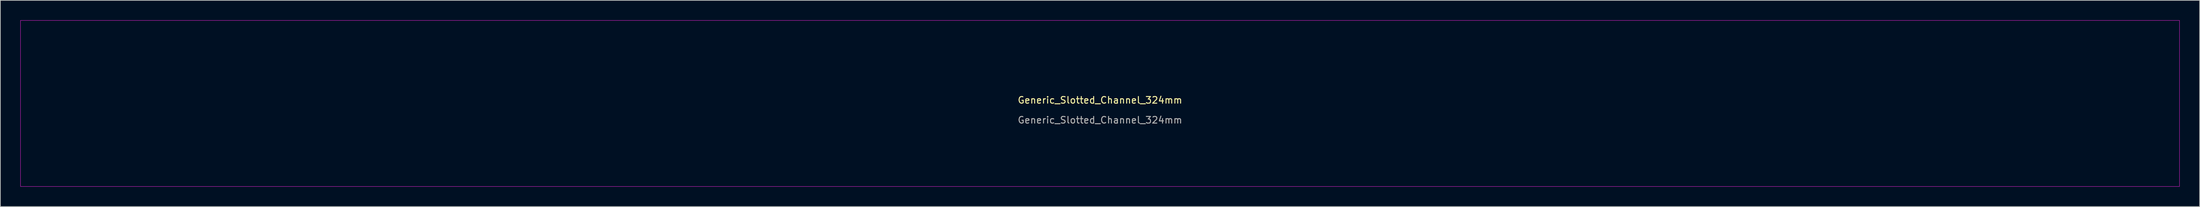
<source format=kicad_pcb>
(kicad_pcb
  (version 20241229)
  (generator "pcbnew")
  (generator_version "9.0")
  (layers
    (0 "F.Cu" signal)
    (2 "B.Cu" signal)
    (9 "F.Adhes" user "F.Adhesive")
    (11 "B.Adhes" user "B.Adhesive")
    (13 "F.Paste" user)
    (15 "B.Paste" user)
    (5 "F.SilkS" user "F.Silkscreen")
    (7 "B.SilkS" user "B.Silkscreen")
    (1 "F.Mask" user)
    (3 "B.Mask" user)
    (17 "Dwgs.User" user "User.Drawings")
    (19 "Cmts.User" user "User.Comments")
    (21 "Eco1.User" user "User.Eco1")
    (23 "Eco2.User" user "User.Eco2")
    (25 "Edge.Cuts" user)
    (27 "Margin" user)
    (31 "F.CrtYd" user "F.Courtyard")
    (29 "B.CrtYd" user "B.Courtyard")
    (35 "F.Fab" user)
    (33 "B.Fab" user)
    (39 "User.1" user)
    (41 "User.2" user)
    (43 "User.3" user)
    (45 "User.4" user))
  (footprint "Generic_Slotted_Channel_324mm"
    (layer "F.Cu")
    (at 162.025 12.525)
    (property "Reference" "Generic_Slotted_Channel_324mm" (at 0 -0.5 0) (unlocked yes) (layer "F.SilkS") (effects (font (size 1 1) (thickness 0.15))))
    (fp_rect (start -162 12.5) (end 162 -12.5) (stroke (width 0.05) (type solid)) (fill no) (layer "F.CrtYd"))
    (fp_line (start -162 -12.5) (end -162 -10.5) (stroke (width 0.05) (type solid)) (layer "User.1"))
    (fp_line (start -162 -12.5) (end -154 -12.5) (stroke (width 0.05) (type solid)) (layer "User.1"))
    (fp_line (start -162 -10.5) (end -162 10.5) (stroke (width 0.05) (type solid)) (layer "User.1"))
    (fp_line (start -162 -10.5) (end -154 -10.5) (stroke (width 0.05) (type solid)) (layer "User.1"))
    (fp_line (start -162 10.5) (end -162 12.5) (stroke (width 0.05) (type solid)) (layer "User.1"))
    (fp_line (start -162 10.5) (end -154 10.5) (stroke (width 0.05) (type solid)) (layer "User.1"))
    (fp_line (start -162 12.5) (end -154 12.5) (stroke (width 0.05) (type solid)) (layer "User.1"))
    (fp_line (start -154 -12.5) (end -154 -10.5) (stroke (width 0.05) (type solid)) (layer "User.1"))
    (fp_line (start -154 10.5) (end -154 12.5) (stroke (width 0.05) (type solid)) (layer "User.1"))
    (fp_line (start -153.5 -12.5) (end -154 -12.5) (stroke (width 0.05) (type solid)) (layer "User.1"))
    (fp_line (start -153.5 -10.5) (end -154 -10.5) (stroke (width 0.05) (type solid)) (layer "User.1"))
    (fp_line (start -153.5 10.5) (end -154 10.5) (stroke (width 0.05) (type solid)) (layer "User.1"))
    (fp_line (start -153.5 12.5) (end -154 12.5) (stroke (width 0.05) (type solid)) (layer "User.1"))
    (fp_line (start -153 -12.5) (end -153.5 -12.5) (stroke (width 0.05) (type solid)) (layer "User.1"))
    (fp_line (start -153 -10.5) (end -153.5 -10.5) (stroke (width 0.05) (type solid)) (layer "User.1"))
    (fp_line (start -153 10.5) (end -153.5 10.5) (stroke (width 0.05) (type solid)) (layer "User.1"))
    (fp_line (start -153 12.5) (end -153.5 12.5) (stroke (width 0.05) (type solid)) (layer "User.1"))
    (fp_line (start -152.5 -12.5) (end -153 -12.5) (stroke (width 0.05) (type solid)) (layer "User.1"))
    (fp_line (start -152.5 -10.5) (end -153 -10.5) (stroke (width 0.05) (type solid)) (layer "User.1"))
    (fp_line (start -152.5 10.5) (end -153 10.5) (stroke (width 0.05) (type solid)) (layer "User.1"))
    (fp_line (start -152.5 12.5) (end -153 12.5) (stroke (width 0.05) (type solid)) (layer "User.1"))
    (fp_line (start -152 -12.5) (end -152.5 -12.5) (stroke (width 0.05) (type solid)) (layer "User.1"))
    (fp_line (start -152 -12.5) (end -152 -10.5) (stroke (width 0.05) (type solid)) (layer "User.1"))
    (fp_line (start -152 -12.5) (end -136 -12.5) (stroke (width 0.05) (type solid)) (layer "User.1"))
    (fp_line (start -152 -10.5) (end -152.5 -10.5) (stroke (width 0.05) (type solid)) (layer "User.1"))
    (fp_line (start -152 -10.5) (end -136 -10.5) (stroke (width 0.05) (type solid)) (layer "User.1"))
    (fp_line (start -152 10.5) (end -152.5 10.5) (stroke (width 0.05) (type solid)) (layer "User.1"))
    (fp_line (start -152 10.5) (end -152 12.5) (stroke (width 0.05) (type solid)) (layer "User.1"))
    (fp_line (start -152 10.5) (end -136 10.5) (stroke (width 0.05) (type solid)) (layer "User.1"))
    (fp_line (start -152 12.5) (end -152.5 12.5) (stroke (width 0.05) (type solid)) (layer "User.1"))
    (fp_line (start -152 12.5) (end -136 12.5) (stroke (width 0.05) (type solid)) (layer "User.1"))
    (fp_line (start -136 -12.5) (end -136 -10.5) (stroke (width 0.05) (type solid)) (layer "User.1"))
    (fp_line (start -136 10.5) (end -136 12.5) (stroke (width 0.05) (type solid)) (layer "User.1"))
    (fp_line (start -135.5 -12.5) (end -136 -12.5) (stroke (width 0.05) (type solid)) (layer "User.1"))
    (fp_line (start -135.5 -10.5) (end -136 -10.5) (stroke (width 0.05) (type solid)) (layer "User.1"))
    (fp_line (start -135.5 10.5) (end -136 10.5) (stroke (width 0.05) (type solid)) (layer "User.1"))
    (fp_line (start -135.5 12.5) (end -136 12.5) (stroke (width 0.05) (type solid)) (layer "User.1"))
    (fp_line (start -135 -12.5) (end -135.5 -12.5) (stroke (width 0.05) (type solid)) (layer "User.1"))
    (fp_line (start -135 -10.5) (end -135.5 -10.5) (stroke (width 0.05) (type solid)) (layer "User.1"))
    (fp_line (start -135 10.5) (end -135.5 10.5) (stroke (width 0.05) (type solid)) (layer "User.1"))
    (fp_line (start -135 12.5) (end -135.5 12.5) (stroke (width 0.05) (type solid)) (layer "User.1"))
    (fp_line (start -134.5 -12.5) (end -135 -12.5) (stroke (width 0.05) (type solid)) (layer "User.1"))
    (fp_line (start -134.5 -10.5) (end -135 -10.5) (stroke (width 0.05) (type solid)) (layer "User.1"))
    (fp_line (start -134.5 10.5) (end -135 10.5) (stroke (width 0.05) (type solid)) (layer "User.1"))
    (fp_line (start -134.5 12.5) (end -135 12.5) (stroke (width 0.05) (type solid)) (layer "User.1"))
    (fp_line (start -134 -12.5) (end -134.5 -12.5) (stroke (width 0.05) (type solid)) (layer "User.1"))
    (fp_line (start -134 -12.5) (end -134 -10.5) (stroke (width 0.05) (type solid)) (layer "User.1"))
    (fp_line (start -134 -12.5) (end -118 -12.5) (stroke (width 0.05) (type solid)) (layer "User.1"))
    (fp_line (start -134 -10.5) (end -134.5 -10.5) (stroke (width 0.05) (type solid)) (layer "User.1"))
    (fp_line (start -134 -10.5) (end -118 -10.5) (stroke (width 0.05) (type solid)) (layer "User.1"))
    (fp_line (start -134 10.5) (end -134.5 10.5) (stroke (width 0.05) (type solid)) (layer "User.1"))
    (fp_line (start -134 10.5) (end -134 12.5) (stroke (width 0.05) (type solid)) (layer "User.1"))
    (fp_line (start -134 10.5) (end -118 10.5) (stroke (width 0.05) (type solid)) (layer "User.1"))
    (fp_line (start -134 12.5) (end -134.5 12.5) (stroke (width 0.05) (type solid)) (layer "User.1"))
    (fp_line (start -134 12.5) (end -118 12.5) (stroke (width 0.05) (type solid)) (layer "User.1"))
    (fp_line (start -118 -12.5) (end -118 -10.5) (stroke (width 0.05) (type solid)) (layer "User.1"))
    (fp_line (start -118 10.5) (end -118 12.5) (stroke (width 0.05) (type solid)) (layer "User.1"))
    (fp_line (start -117.5 -12.5) (end -118 -12.5) (stroke (width 0.05) (type solid)) (layer "User.1"))
    (fp_line (start -117.5 -10.5) (end -118 -10.5) (stroke (width 0.05) (type solid)) (layer "User.1"))
    (fp_line (start -117.5 10.5) (end -118 10.5) (stroke (width 0.05) (type solid)) (layer "User.1"))
    (fp_line (start -117.5 12.5) (end -118 12.5) (stroke (width 0.05) (type solid)) (layer "User.1"))
    (fp_line (start -117 -12.5) (end -117.5 -12.5) (stroke (width 0.05) (type solid)) (layer "User.1"))
    (fp_line (start -117 -10.5) (end -117.5 -10.5) (stroke (width 0.05) (type solid)) (layer "User.1"))
    (fp_line (start -117 10.5) (end -117.5 10.5) (stroke (width 0.05) (type solid)) (layer "User.1"))
    (fp_line (start -117 12.5) (end -117.5 12.5) (stroke (width 0.05) (type solid)) (layer "User.1"))
    (fp_line (start -116.5 -12.5) (end -117 -12.5) (stroke (width 0.05) (type solid)) (layer "User.1"))
    (fp_line (start -116.5 -10.5) (end -117 -10.5) (stroke (width 0.05) (type solid)) (layer "User.1"))
    (fp_line (start -116.5 10.5) (end -117 10.5) (stroke (width 0.05) (type solid)) (layer "User.1"))
    (fp_line (start -116.5 12.5) (end -117 12.5) (stroke (width 0.05) (type solid)) (layer "User.1"))
    (fp_line (start -116 -12.5) (end -116.5 -12.5) (stroke (width 0.05) (type solid)) (layer "User.1"))
    (fp_line (start -116 -12.5) (end -116 -10.5) (stroke (width 0.05) (type solid)) (layer "User.1"))
    (fp_line (start -116 -12.5) (end -100 -12.5) (stroke (width 0.05) (type solid)) (layer "User.1"))
    (fp_line (start -116 -10.5) (end -116.5 -10.5) (stroke (width 0.05) (type solid)) (layer "User.1"))
    (fp_line (start -116 -10.5) (end -100 -10.5) (stroke (width 0.05) (type solid)) (layer "User.1"))
    (fp_line (start -116 10.5) (end -116.5 10.5) (stroke (width 0.05) (type solid)) (layer "User.1"))
    (fp_line (start -116 10.5) (end -116 12.5) (stroke (width 0.05) (type solid)) (layer "User.1"))
    (fp_line (start -116 10.5) (end -100 10.5) (stroke (width 0.05) (type solid)) (layer "User.1"))
    (fp_line (start -116 12.5) (end -116.5 12.5) (stroke (width 0.05) (type solid)) (layer "User.1"))
    (fp_line (start -116 12.5) (end -100 12.5) (stroke (width 0.05) (type solid)) (layer "User.1"))
    (fp_line (start -100 -12.5) (end -100 -10.5) (stroke (width 0.05) (type solid)) (layer "User.1"))
    (fp_line (start -100 10.5) (end -100 12.5) (stroke (width 0.05) (type solid)) (layer "User.1"))
    (fp_line (start -99.5 -12.5) (end -100 -12.5) (stroke (width 0.05) (type solid)) (layer "User.1"))
    (fp_line (start -99.5 -10.5) (end -100 -10.5) (stroke (width 0.05) (type solid)) (layer "User.1"))
    (fp_line (start -99.5 10.5) (end -100 10.5) (stroke (width 0.05) (type solid)) (layer "User.1"))
    (fp_line (start -99.5 12.5) (end -100 12.5) (stroke (width 0.05) (type solid)) (layer "User.1"))
    (fp_line (start -99 -12.5) (end -99.5 -12.5) (stroke (width 0.05) (type solid)) (layer "User.1"))
    (fp_line (start -99 -10.5) (end -99.5 -10.5) (stroke (width 0.05) (type solid)) (layer "User.1"))
    (fp_line (start -99 10.5) (end -99.5 10.5) (stroke (width 0.05) (type solid)) (layer "User.1"))
    (fp_line (start -99 12.5) (end -99.5 12.5) (stroke (width 0.05) (type solid)) (layer "User.1"))
    (fp_line (start -98.5 -12.5) (end -99 -12.5) (stroke (width 0.05) (type solid)) (layer "User.1"))
    (fp_line (start -98.5 -10.5) (end -99 -10.5) (stroke (width 0.05) (type solid)) (layer "User.1"))
    (fp_line (start -98.5 10.5) (end -99 10.5) (stroke (width 0.05) (type solid)) (layer "User.1"))
    (fp_line (start -98.5 12.5) (end -99 12.5) (stroke (width 0.05) (type solid)) (layer "User.1"))
    (fp_line (start -98 -12.5) (end -98.5 -12.5) (stroke (width 0.05) (type solid)) (layer "User.1"))
    (fp_line (start -98 -12.5) (end -98 -10.5) (stroke (width 0.05) (type solid)) (layer "User.1"))
    (fp_line (start -98 -12.5) (end -82 -12.5) (stroke (width 0.05) (type solid)) (layer "User.1"))
    (fp_line (start -98 -10.5) (end -98.5 -10.5) (stroke (width 0.05) (type solid)) (layer "User.1"))
    (fp_line (start -98 -10.5) (end -82 -10.5) (stroke (width 0.05) (type solid)) (layer "User.1"))
    (fp_line (start -98 10.5) (end -98.5 10.5) (stroke (width 0.05) (type solid)) (layer "User.1"))
    (fp_line (start -98 10.5) (end -98 12.5) (stroke (width 0.05) (type solid)) (layer "User.1"))
    (fp_line (start -98 10.5) (end -82 10.5) (stroke (width 0.05) (type solid)) (layer "User.1"))
    (fp_line (start -98 12.5) (end -98.5 12.5) (stroke (width 0.05) (type solid)) (layer "User.1"))
    (fp_line (start -98 12.5) (end -82 12.5) (stroke (width 0.05) (type solid)) (layer "User.1"))
    (fp_line (start -82 -12.5) (end -82 -10.5) (stroke (width 0.05) (type solid)) (layer "User.1"))
    (fp_line (start -82 10.5) (end -82 12.5) (stroke (width 0.05) (type solid)) (layer "User.1"))
    (fp_line (start -81.5 -12.5) (end -82 -12.5) (stroke (width 0.05) (type solid)) (layer "User.1"))
    (fp_line (start -81.5 -10.5) (end -82 -10.5) (stroke (width 0.05) (type solid)) (layer "User.1"))
    (fp_line (start -81.5 10.5) (end -82 10.5) (stroke (width 0.05) (type solid)) (layer "User.1"))
    (fp_line (start -81.5 12.5) (end -82 12.5) (stroke (width 0.05) (type solid)) (layer "User.1"))
    (fp_line (start -81 -12.5) (end -81.5 -12.5) (stroke (width 0.05) (type solid)) (layer "User.1"))
    (fp_line (start -81 -10.5) (end -81.5 -10.5) (stroke (width 0.05) (type solid)) (layer "User.1"))
    (fp_line (start -81 10.5) (end -81.5 10.5) (stroke (width 0.05) (type solid)) (layer "User.1"))
    (fp_line (start -81 12.5) (end -81.5 12.5) (stroke (width 0.05) (type solid)) (layer "User.1"))
    (fp_line (start -80.5 -12.5) (end -81 -12.5) (stroke (width 0.05) (type solid)) (layer "User.1"))
    (fp_line (start -80.5 -10.5) (end -81 -10.5) (stroke (width 0.05) (type solid)) (layer "User.1"))
    (fp_line (start -80.5 10.5) (end -81 10.5) (stroke (width 0.05) (type solid)) (layer "User.1"))
    (fp_line (start -80.5 12.5) (end -81 12.5) (stroke (width 0.05) (type solid)) (layer "User.1"))
    (fp_line (start -80 -12.5) (end -80.5 -12.5) (stroke (width 0.05) (type solid)) (layer "User.1"))
    (fp_line (start -80 -12.5) (end -80 -10.5) (stroke (width 0.05) (type solid)) (layer "User.1"))
    (fp_line (start -80 -12.5) (end -64 -12.5) (stroke (width 0.05) (type solid)) (layer "User.1"))
    (fp_line (start -80 -10.5) (end -80.5 -10.5) (stroke (width 0.05) (type solid)) (layer "User.1"))
    (fp_line (start -80 -10.5) (end -64 -10.5) (stroke (width 0.05) (type solid)) (layer "User.1"))
    (fp_line (start -80 10.5) (end -80.5 10.5) (stroke (width 0.05) (type solid)) (layer "User.1"))
    (fp_line (start -80 10.5) (end -80 12.5) (stroke (width 0.05) (type solid)) (layer "User.1"))
    (fp_line (start -80 10.5) (end -64 10.5) (stroke (width 0.05) (type solid)) (layer "User.1"))
    (fp_line (start -80 12.5) (end -80.5 12.5) (stroke (width 0.05) (type solid)) (layer "User.1"))
    (fp_line (start -80 12.5) (end -64 12.5) (stroke (width 0.05) (type solid)) (layer "User.1"))
    (fp_line (start -64 -12.5) (end -64 -10.5) (stroke (width 0.05) (type solid)) (layer "User.1"))
    (fp_line (start -64 10.5) (end -64 12.5) (stroke (width 0.05) (type solid)) (layer "User.1"))
    (fp_line (start -63.5 -12.5) (end -64 -12.5) (stroke (width 0.05) (type solid)) (layer "User.1"))
    (fp_line (start -63.5 -10.5) (end -64 -10.5) (stroke (width 0.05) (type solid)) (layer "User.1"))
    (fp_line (start -63.5 10.5) (end -64 10.5) (stroke (width 0.05) (type solid)) (layer "User.1"))
    (fp_line (start -63.5 12.5) (end -64 12.5) (stroke (width 0.05) (type solid)) (layer "User.1"))
    (fp_line (start -63 -12.5) (end -63.5 -12.5) (stroke (width 0.05) (type solid)) (layer "User.1"))
    (fp_line (start -63 -10.5) (end -63.5 -10.5) (stroke (width 0.05) (type solid)) (layer "User.1"))
    (fp_line (start -63 10.5) (end -63.5 10.5) (stroke (width 0.05) (type solid)) (layer "User.1"))
    (fp_line (start -63 12.5) (end -63.5 12.5) (stroke (width 0.05) (type solid)) (layer "User.1"))
    (fp_line (start -62.5 -12.5) (end -63 -12.5) (stroke (width 0.05) (type solid)) (layer "User.1"))
    (fp_line (start -62.5 -10.5) (end -63 -10.5) (stroke (width 0.05) (type solid)) (layer "User.1"))
    (fp_line (start -62.5 10.5) (end -63 10.5) (stroke (width 0.05) (type solid)) (layer "User.1"))
    (fp_line (start -62.5 12.5) (end -63 12.5) (stroke (width 0.05) (type solid)) (layer "User.1"))
    (fp_line (start -62 -12.5) (end -62.5 -12.5) (stroke (width 0.05) (type solid)) (layer "User.1"))
    (fp_line (start -62 -12.5) (end -62 -10.5) (stroke (width 0.05) (type solid)) (layer "User.1"))
    (fp_line (start -62 -12.5) (end -46 -12.5) (stroke (width 0.05) (type solid)) (layer "User.1"))
    (fp_line (start -62 -10.5) (end -62.5 -10.5) (stroke (width 0.05) (type solid)) (layer "User.1"))
    (fp_line (start -62 -10.5) (end -46 -10.5) (stroke (width 0.05) (type solid)) (layer "User.1"))
    (fp_line (start -62 10.5) (end -62.5 10.5) (stroke (width 0.05) (type solid)) (layer "User.1"))
    (fp_line (start -62 10.5) (end -62 12.5) (stroke (width 0.05) (type solid)) (layer "User.1"))
    (fp_line (start -62 10.5) (end -46 10.5) (stroke (width 0.05) (type solid)) (layer "User.1"))
    (fp_line (start -62 12.5) (end -62.5 12.5) (stroke (width 0.05) (type solid)) (layer "User.1"))
    (fp_line (start -62 12.5) (end -46 12.5) (stroke (width 0.05) (type solid)) (layer "User.1"))
    (fp_line (start -46 -12.5) (end -46 -10.5) (stroke (width 0.05) (type solid)) (layer "User.1"))
    (fp_line (start -46 10.5) (end -46 12.5) (stroke (width 0.05) (type solid)) (layer "User.1"))
    (fp_line (start -45.5 -12.5) (end -46 -12.5) (stroke (width 0.05) (type solid)) (layer "User.1"))
    (fp_line (start -45.5 -10.5) (end -46 -10.5) (stroke (width 0.05) (type solid)) (layer "User.1"))
    (fp_line (start -45.5 10.5) (end -46 10.5) (stroke (width 0.05) (type solid)) (layer "User.1"))
    (fp_line (start -45.5 12.5) (end -46 12.5) (stroke (width 0.05) (type solid)) (layer "User.1"))
    (fp_line (start -45 -12.5) (end -45.5 -12.5) (stroke (width 0.05) (type solid)) (layer "User.1"))
    (fp_line (start -45 -10.5) (end -45.5 -10.5) (stroke (width 0.05) (type solid)) (layer "User.1"))
    (fp_line (start -45 10.5) (end -45.5 10.5) (stroke (width 0.05) (type solid)) (layer "User.1"))
    (fp_line (start -45 12.5) (end -45.5 12.5) (stroke (width 0.05) (type solid)) (layer "User.1"))
    (fp_line (start -44.5 -12.5) (end -45 -12.5) (stroke (width 0.05) (type solid)) (layer "User.1"))
    (fp_line (start -44.5 -10.5) (end -45 -10.5) (stroke (width 0.05) (type solid)) (layer "User.1"))
    (fp_line (start -44.5 10.5) (end -45 10.5) (stroke (width 0.05) (type solid)) (layer "User.1"))
    (fp_line (start -44.5 12.5) (end -45 12.5) (stroke (width 0.05) (type solid)) (layer "User.1"))
    (fp_line (start -44 -12.5) (end -44.5 -12.5) (stroke (width 0.05) (type solid)) (layer "User.1"))
    (fp_line (start -44 -12.5) (end -44 -10.5) (stroke (width 0.05) (type solid)) (layer "User.1"))
    (fp_line (start -44 -12.5) (end -28 -12.5) (stroke (width 0.05) (type solid)) (layer "User.1"))
    (fp_line (start -44 -10.5) (end -44.5 -10.5) (stroke (width 0.05) (type solid)) (layer "User.1"))
    (fp_line (start -44 -10.5) (end -28 -10.5) (stroke (width 0.05) (type solid)) (layer "User.1"))
    (fp_line (start -44 10.5) (end -44.5 10.5) (stroke (width 0.05) (type solid)) (layer "User.1"))
    (fp_line (start -44 10.5) (end -44 12.5) (stroke (width 0.05) (type solid)) (layer "User.1"))
    (fp_line (start -44 10.5) (end -28 10.5) (stroke (width 0.05) (type solid)) (layer "User.1"))
    (fp_line (start -44 12.5) (end -44.5 12.5) (stroke (width 0.05) (type solid)) (layer "User.1"))
    (fp_line (start -44 12.5) (end -28 12.5) (stroke (width 0.05) (type solid)) (layer "User.1"))
    (fp_line (start -28 -12.5) (end -28 -10.5) (stroke (width 0.05) (type solid)) (layer "User.1"))
    (fp_line (start -28 10.5) (end -28 12.5) (stroke (width 0.05) (type solid)) (layer "User.1"))
    (fp_line (start -27.5 -12.5) (end -28 -12.5) (stroke (width 0.05) (type solid)) (layer "User.1"))
    (fp_line (start -27.5 -10.5) (end -28 -10.5) (stroke (width 0.05) (type solid)) (layer "User.1"))
    (fp_line (start -27.5 10.5) (end -28 10.5) (stroke (width 0.05) (type solid)) (layer "User.1"))
    (fp_line (start -27.5 12.5) (end -28 12.5) (stroke (width 0.05) (type solid)) (layer "User.1"))
    (fp_line (start -27 -12.5) (end -27.5 -12.5) (stroke (width 0.05) (type solid)) (layer "User.1"))
    (fp_line (start -27 -10.5) (end -27.5 -10.5) (stroke (width 0.05) (type solid)) (layer "User.1"))
    (fp_line (start -27 10.5) (end -27.5 10.5) (stroke (width 0.05) (type solid)) (layer "User.1"))
    (fp_line (start -27 12.5) (end -27.5 12.5) (stroke (width 0.05) (type solid)) (layer "User.1"))
    (fp_line (start -26.5 -12.5) (end -27 -12.5) (stroke (width 0.05) (type solid)) (layer "User.1"))
    (fp_line (start -26.5 -10.5) (end -27 -10.5) (stroke (width 0.05) (type solid)) (layer "User.1"))
    (fp_line (start -26.5 10.5) (end -27 10.5) (stroke (width 0.05) (type solid)) (layer "User.1"))
    (fp_line (start -26.5 12.5) (end -27 12.5) (stroke (width 0.05) (type solid)) (layer "User.1"))
    (fp_line (start -26 -12.5) (end -26.5 -12.5) (stroke (width 0.05) (type solid)) (layer "User.1"))
    (fp_line (start -26 -12.5) (end -26 -10.5) (stroke (width 0.05) (type solid)) (layer "User.1"))
    (fp_line (start -26 -12.5) (end -10 -12.5) (stroke (width 0.05) (type solid)) (layer "User.1"))
    (fp_line (start -26 -10.5) (end -26.5 -10.5) (stroke (width 0.05) (type solid)) (layer "User.1"))
    (fp_line (start -26 -10.5) (end -10 -10.5) (stroke (width 0.05) (type solid)) (layer "User.1"))
    (fp_line (start -26 10.5) (end -26.5 10.5) (stroke (width 0.05) (type solid)) (layer "User.1"))
    (fp_line (start -26 10.5) (end -26 12.5) (stroke (width 0.05) (type solid)) (layer "User.1"))
    (fp_line (start -26 10.5) (end -10 10.5) (stroke (width 0.05) (type solid)) (layer "User.1"))
    (fp_line (start -26 12.5) (end -26.5 12.5) (stroke (width 0.05) (type solid)) (layer "User.1"))
    (fp_line (start -26 12.5) (end -10 12.5) (stroke (width 0.05) (type solid)) (layer "User.1"))
    (fp_line (start -10 -12.5) (end -10 -10.5) (stroke (width 0.05) (type solid)) (layer "User.1"))
    (fp_line (start -10 10.5) (end -10 12.5) (stroke (width 0.05) (type solid)) (layer "User.1"))
    (fp_line (start -9.5 -12.5) (end -10 -12.5) (stroke (width 0.05) (type solid)) (layer "User.1"))
    (fp_line (start -9.5 -10.5) (end -10 -10.5) (stroke (width 0.05) (type solid)) (layer "User.1"))
    (fp_line (start -9.5 10.5) (end -10 10.5) (stroke (width 0.05) (type solid)) (layer "User.1"))
    (fp_line (start -9.5 12.5) (end -10 12.5) (stroke (width 0.05) (type solid)) (layer "User.1"))
    (fp_line (start -9 -12.5) (end -9.5 -12.5) (stroke (width 0.05) (type solid)) (layer "User.1"))
    (fp_line (start -9 -10.5) (end -9.5 -10.5) (stroke (width 0.05) (type solid)) (layer "User.1"))
    (fp_line (start -9 10.5) (end -9.5 10.5) (stroke (width 0.05) (type solid)) (layer "User.1"))
    (fp_line (start -9 12.5) (end -9.5 12.5) (stroke (width 0.05) (type solid)) (layer "User.1"))
    (fp_line (start -8.5 -12.5) (end -9 -12.5) (stroke (width 0.05) (type solid)) (layer "User.1"))
    (fp_line (start -8.5 -10.5) (end -9 -10.5) (stroke (width 0.05) (type solid)) (layer "User.1"))
    (fp_line (start -8.5 10.5) (end -9 10.5) (stroke (width 0.05) (type solid)) (layer "User.1"))
    (fp_line (start -8.5 12.5) (end -9 12.5) (stroke (width 0.05) (type solid)) (layer "User.1"))
    (fp_line (start -8 -12.5) (end -8.5 -12.5) (stroke (width 0.05) (type solid)) (layer "User.1"))
    (fp_line (start -8 -12.5) (end -8 -10.5) (stroke (width 0.05) (type solid)) (layer "User.1"))
    (fp_line (start -8 -12.5) (end 8 -12.5) (stroke (width 0.05) (type solid)) (layer "User.1"))
    (fp_line (start -8 -10.5) (end -8.5 -10.5) (stroke (width 0.05) (type solid)) (layer "User.1"))
    (fp_line (start -8 -10.5) (end 8 -10.5) (stroke (width 0.05) (type solid)) (layer "User.1"))
    (fp_line (start -8 10.5) (end -8.5 10.5) (stroke (width 0.05) (type solid)) (layer "User.1"))
    (fp_line (start -8 10.5) (end -8 12.5) (stroke (width 0.05) (type solid)) (layer "User.1"))
    (fp_line (start -8 10.5) (end 8 10.5) (stroke (width 0.05) (type solid)) (layer "User.1"))
    (fp_line (start -8 12.5) (end -8.5 12.5) (stroke (width 0.05) (type solid)) (layer "User.1"))
    (fp_line (start -8 12.5) (end 8 12.5) (stroke (width 0.05) (type solid)) (layer "User.1"))
    (fp_line (start 8 -12.5) (end 8 -10.5) (stroke (width 0.05) (type solid)) (layer "User.1"))
    (fp_line (start 8 10.5) (end 8 12.5) (stroke (width 0.05) (type solid)) (layer "User.1"))
    (fp_line (start 8.5 -12.5) (end 8 -12.5) (stroke (width 0.05) (type solid)) (layer "User.1"))
    (fp_line (start 8.5 -10.5) (end 8 -10.5) (stroke (width 0.05) (type solid)) (layer "User.1"))
    (fp_line (start 8.5 10.5) (end 8 10.5) (stroke (width 0.05) (type solid)) (layer "User.1"))
    (fp_line (start 8.5 12.5) (end 8 12.5) (stroke (width 0.05) (type solid)) (layer "User.1"))
    (fp_line (start 9 -12.5) (end 8.5 -12.5) (stroke (width 0.05) (type solid)) (layer "User.1"))
    (fp_line (start 9 -10.5) (end 8.5 -10.5) (stroke (width 0.05) (type solid)) (layer "User.1"))
    (fp_line (start 9 10.5) (end 8.5 10.5) (stroke (width 0.05) (type solid)) (layer "User.1"))
    (fp_line (start 9 12.5) (end 8.5 12.5) (stroke (width 0.05) (type solid)) (layer "User.1"))
    (fp_line (start 9.5 -12.5) (end 9 -12.5) (stroke (width 0.05) (type solid)) (layer "User.1"))
    (fp_line (start 9.5 -10.5) (end 9 -10.5) (stroke (width 0.05) (type solid)) (layer "User.1"))
    (fp_line (start 9.5 10.5) (end 9 10.5) (stroke (width 0.05) (type solid)) (layer "User.1"))
    (fp_line (start 9.5 12.5) (end 9 12.5) (stroke (width 0.05) (type solid)) (layer "User.1"))
    (fp_line (start 10 -12.5) (end 9.5 -12.5) (stroke (width 0.05) (type solid)) (layer "User.1"))
    (fp_line (start 10 -12.5) (end 10 -10.5) (stroke (width 0.05) (type solid)) (layer "User.1"))
    (fp_line (start 10 -12.5) (end 26 -12.5) (stroke (width 0.05) (type solid)) (layer "User.1"))
    (fp_line (start 10 -10.5) (end 9.5 -10.5) (stroke (width 0.05) (type solid)) (layer "User.1"))
    (fp_line (start 10 -10.5) (end 26 -10.5) (stroke (width 0.05) (type solid)) (layer "User.1"))
    (fp_line (start 10 10.5) (end 9.5 10.5) (stroke (width 0.05) (type solid)) (layer "User.1"))
    (fp_line (start 10 10.5) (end 10 12.5) (stroke (width 0.05) (type solid)) (layer "User.1"))
    (fp_line (start 10 10.5) (end 26 10.5) (stroke (width 0.05) (type solid)) (layer "User.1"))
    (fp_line (start 10 12.5) (end 9.5 12.5) (stroke (width 0.05) (type solid)) (layer "User.1"))
    (fp_line (start 10 12.5) (end 26 12.5) (stroke (width 0.05) (type solid)) (layer "User.1"))
    (fp_line (start 26 -12.5) (end 26 -10.5) (stroke (width 0.05) (type solid)) (layer "User.1"))
    (fp_line (start 26 10.5) (end 26 12.5) (stroke (width 0.05) (type solid)) (layer "User.1"))
    (fp_line (start 26.5 -12.5) (end 26 -12.5) (stroke (width 0.05) (type solid)) (layer "User.1"))
    (fp_line (start 26.5 -10.5) (end 26 -10.5) (stroke (width 0.05) (type solid)) (layer "User.1"))
    (fp_line (start 26.5 10.5) (end 26 10.5) (stroke (width 0.05) (type solid)) (layer "User.1"))
    (fp_line (start 26.5 12.5) (end 26 12.5) (stroke (width 0.05) (type solid)) (layer "User.1"))
    (fp_line (start 27 -12.5) (end 26.5 -12.5) (stroke (width 0.05) (type solid)) (layer "User.1"))
    (fp_line (start 27 -10.5) (end 26.5 -10.5) (stroke (width 0.05) (type solid)) (layer "User.1"))
    (fp_line (start 27 10.5) (end 26.5 10.5) (stroke (width 0.05) (type solid)) (layer "User.1"))
    (fp_line (start 27 12.5) (end 26.5 12.5) (stroke (width 0.05) (type solid)) (layer "User.1"))
    (fp_line (start 27.5 -12.5) (end 27 -12.5) (stroke (width 0.05) (type solid)) (layer "User.1"))
    (fp_line (start 27.5 -10.5) (end 27 -10.5) (stroke (width 0.05) (type solid)) (layer "User.1"))
    (fp_line (start 27.5 10.5) (end 27 10.5) (stroke (width 0.05) (type solid)) (layer "User.1"))
    (fp_line (start 27.5 12.5) (end 27 12.5) (stroke (width 0.05) (type solid)) (layer "User.1"))
    (fp_line (start 28 -12.5) (end 27.5 -12.5) (stroke (width 0.05) (type solid)) (layer "User.1"))
    (fp_line (start 28 -12.5) (end 28 -10.5) (stroke (width 0.05) (type solid)) (layer "User.1"))
    (fp_line (start 28 -12.5) (end 44 -12.5) (stroke (width 0.05) (type solid)) (layer "User.1"))
    (fp_line (start 28 -10.5) (end 27.5 -10.5) (stroke (width 0.05) (type solid)) (layer "User.1"))
    (fp_line (start 28 -10.5) (end 44 -10.5) (stroke (width 0.05) (type solid)) (layer "User.1"))
    (fp_line (start 28 10.5) (end 27.5 10.5) (stroke (width 0.05) (type solid)) (layer "User.1"))
    (fp_line (start 28 10.5) (end 28 12.5) (stroke (width 0.05) (type solid)) (layer "User.1"))
    (fp_line (start 28 10.5) (end 44 10.5) (stroke (width 0.05) (type solid)) (layer "User.1"))
    (fp_line (start 28 12.5) (end 27.5 12.5) (stroke (width 0.05) (type solid)) (layer "User.1"))
    (fp_line (start 28 12.5) (end 44 12.5) (stroke (width 0.05) (type solid)) (layer "User.1"))
    (fp_line (start 44 -12.5) (end 44 -10.5) (stroke (width 0.05) (type solid)) (layer "User.1"))
    (fp_line (start 44 10.5) (end 44 12.5) (stroke (width 0.05) (type solid)) (layer "User.1"))
    (fp_line (start 44.5 -12.5) (end 44 -12.5) (stroke (width 0.05) (type solid)) (layer "User.1"))
    (fp_line (start 44.5 -10.5) (end 44 -10.5) (stroke (width 0.05) (type solid)) (layer "User.1"))
    (fp_line (start 44.5 10.5) (end 44 10.5) (stroke (width 0.05) (type solid)) (layer "User.1"))
    (fp_line (start 44.5 12.5) (end 44 12.5) (stroke (width 0.05) (type solid)) (layer "User.1"))
    (fp_line (start 45 -12.5) (end 44.5 -12.5) (stroke (width 0.05) (type solid)) (layer "User.1"))
    (fp_line (start 45 -10.5) (end 44.5 -10.5) (stroke (width 0.05) (type solid)) (layer "User.1"))
    (fp_line (start 45 10.5) (end 44.5 10.5) (stroke (width 0.05) (type solid)) (layer "User.1"))
    (fp_line (start 45 12.5) (end 44.5 12.5) (stroke (width 0.05) (type solid)) (layer "User.1"))
    (fp_line (start 45.5 -12.5) (end 45 -12.5) (stroke (width 0.05) (type solid)) (layer "User.1"))
    (fp_line (start 45.5 -10.5) (end 45 -10.5) (stroke (width 0.05) (type solid)) (layer "User.1"))
    (fp_line (start 45.5 10.5) (end 45 10.5) (stroke (width 0.05) (type solid)) (layer "User.1"))
    (fp_line (start 45.5 12.5) (end 45 12.5) (stroke (width 0.05) (type solid)) (layer "User.1"))
    (fp_line (start 46 -12.5) (end 45.5 -12.5) (stroke (width 0.05) (type solid)) (layer "User.1"))
    (fp_line (start 46 -12.5) (end 46 -10.5) (stroke (width 0.05) (type solid)) (layer "User.1"))
    (fp_line (start 46 -12.5) (end 62 -12.5) (stroke (width 0.05) (type solid)) (layer "User.1"))
    (fp_line (start 46 -10.5) (end 45.5 -10.5) (stroke (width 0.05) (type solid)) (layer "User.1"))
    (fp_line (start 46 -10.5) (end 62 -10.5) (stroke (width 0.05) (type solid)) (layer "User.1"))
    (fp_line (start 46 10.5) (end 45.5 10.5) (stroke (width 0.05) (type solid)) (layer "User.1"))
    (fp_line (start 46 10.5) (end 46 12.5) (stroke (width 0.05) (type solid)) (layer "User.1"))
    (fp_line (start 46 10.5) (end 62 10.5) (stroke (width 0.05) (type solid)) (layer "User.1"))
    (fp_line (start 46 12.5) (end 45.5 12.5) (stroke (width 0.05) (type solid)) (layer "User.1"))
    (fp_line (start 46 12.5) (end 62 12.5) (stroke (width 0.05) (type solid)) (layer "User.1"))
    (fp_line (start 62 -12.5) (end 62 -10.5) (stroke (width 0.05) (type solid)) (layer "User.1"))
    (fp_line (start 62 10.5) (end 62 12.5) (stroke (width 0.05) (type solid)) (layer "User.1"))
    (fp_line (start 62.5 -12.5) (end 62 -12.5) (stroke (width 0.05) (type solid)) (layer "User.1"))
    (fp_line (start 62.5 -10.5) (end 62 -10.5) (stroke (width 0.05) (type solid)) (layer "User.1"))
    (fp_line (start 62.5 10.5) (end 62 10.5) (stroke (width 0.05) (type solid)) (layer "User.1"))
    (fp_line (start 62.5 12.5) (end 62 12.5) (stroke (width 0.05) (type solid)) (layer "User.1"))
    (fp_line (start 63 -12.5) (end 62.5 -12.5) (stroke (width 0.05) (type solid)) (layer "User.1"))
    (fp_line (start 63 -10.5) (end 62.5 -10.5) (stroke (width 0.05) (type solid)) (layer "User.1"))
    (fp_line (start 63 10.5) (end 62.5 10.5) (stroke (width 0.05) (type solid)) (layer "User.1"))
    (fp_line (start 63 12.5) (end 62.5 12.5) (stroke (width 0.05) (type solid)) (layer "User.1"))
    (fp_line (start 63.5 -12.5) (end 63 -12.5) (stroke (width 0.05) (type solid)) (layer "User.1"))
    (fp_line (start 63.5 -10.5) (end 63 -10.5) (stroke (width 0.05) (type solid)) (layer "User.1"))
    (fp_line (start 63.5 10.5) (end 63 10.5) (stroke (width 0.05) (type solid)) (layer "User.1"))
    (fp_line (start 63.5 12.5) (end 63 12.5) (stroke (width 0.05) (type solid)) (layer "User.1"))
    (fp_line (start 64 -12.5) (end 63.5 -12.5) (stroke (width 0.05) (type solid)) (layer "User.1"))
    (fp_line (start 64 -12.5) (end 64 -10.5) (stroke (width 0.05) (type solid)) (layer "User.1"))
    (fp_line (start 64 -12.5) (end 80 -12.5) (stroke (width 0.05) (type solid)) (layer "User.1"))
    (fp_line (start 64 -10.5) (end 63.5 -10.5) (stroke (width 0.05) (type solid)) (layer "User.1"))
    (fp_line (start 64 -10.5) (end 80 -10.5) (stroke (width 0.05) (type solid)) (layer "User.1"))
    (fp_line (start 64 10.5) (end 63.5 10.5) (stroke (width 0.05) (type solid)) (layer "User.1"))
    (fp_line (start 64 10.5) (end 64 12.5) (stroke (width 0.05) (type solid)) (layer "User.1"))
    (fp_line (start 64 10.5) (end 80 10.5) (stroke (width 0.05) (type solid)) (layer "User.1"))
    (fp_line (start 64 12.5) (end 63.5 12.5) (stroke (width 0.05) (type solid)) (layer "User.1"))
    (fp_line (start 64 12.5) (end 80 12.5) (stroke (width 0.05) (type solid)) (layer "User.1"))
    (fp_line (start 80 -12.5) (end 80 -10.5) (stroke (width 0.05) (type solid)) (layer "User.1"))
    (fp_line (start 80 10.5) (end 80 12.5) (stroke (width 0.05) (type solid)) (layer "User.1"))
    (fp_line (start 80.5 -12.5) (end 80 -12.5) (stroke (width 0.05) (type solid)) (layer "User.1"))
    (fp_line (start 80.5 -10.5) (end 80 -10.5) (stroke (width 0.05) (type solid)) (layer "User.1"))
    (fp_line (start 80.5 10.5) (end 80 10.5) (stroke (width 0.05) (type solid)) (layer "User.1"))
    (fp_line (start 80.5 12.5) (end 80 12.5) (stroke (width 0.05) (type solid)) (layer "User.1"))
    (fp_line (start 81 -12.5) (end 80.5 -12.5) (stroke (width 0.05) (type solid)) (layer "User.1"))
    (fp_line (start 81 -10.5) (end 80.5 -10.5) (stroke (width 0.05) (type solid)) (layer "User.1"))
    (fp_line (start 81 10.5) (end 80.5 10.5) (stroke (width 0.05) (type solid)) (layer "User.1"))
    (fp_line (start 81 12.5) (end 80.5 12.5) (stroke (width 0.05) (type solid)) (layer "User.1"))
    (fp_line (start 81.5 -12.5) (end 81 -12.5) (stroke (width 0.05) (type solid)) (layer "User.1"))
    (fp_line (start 81.5 -10.5) (end 81 -10.5) (stroke (width 0.05) (type solid)) (layer "User.1"))
    (fp_line (start 81.5 10.5) (end 81 10.5) (stroke (width 0.05) (type solid)) (layer "User.1"))
    (fp_line (start 81.5 12.5) (end 81 12.5) (stroke (width 0.05) (type solid)) (layer "User.1"))
    (fp_line (start 82 -12.5) (end 81.5 -12.5) (stroke (width 0.05) (type solid)) (layer "User.1"))
    (fp_line (start 82 -12.5) (end 82 -10.5) (stroke (width 0.05) (type solid)) (layer "User.1"))
    (fp_line (start 82 -12.5) (end 98 -12.5) (stroke (width 0.05) (type solid)) (layer "User.1"))
    (fp_line (start 82 -10.5) (end 81.5 -10.5) (stroke (width 0.05) (type solid)) (layer "User.1"))
    (fp_line (start 82 -10.5) (end 98 -10.5) (stroke (width 0.05) (type solid)) (layer "User.1"))
    (fp_line (start 82 10.5) (end 81.5 10.5) (stroke (width 0.05) (type solid)) (layer "User.1"))
    (fp_line (start 82 10.5) (end 82 12.5) (stroke (width 0.05) (type solid)) (layer "User.1"))
    (fp_line (start 82 10.5) (end 98 10.5) (stroke (width 0.05) (type solid)) (layer "User.1"))
    (fp_line (start 82 12.5) (end 81.5 12.5) (stroke (width 0.05) (type solid)) (layer "User.1"))
    (fp_line (start 82 12.5) (end 98 12.5) (stroke (width 0.05) (type solid)) (layer "User.1"))
    (fp_line (start 98 -12.5) (end 98 -10.5) (stroke (width 0.05) (type solid)) (layer "User.1"))
    (fp_line (start 98 10.5) (end 98 12.5) (stroke (width 0.05) (type solid)) (layer "User.1"))
    (fp_line (start 98.5 -12.5) (end 98 -12.5) (stroke (width 0.05) (type solid)) (layer "User.1"))
    (fp_line (start 98.5 -10.5) (end 98 -10.5) (stroke (width 0.05) (type solid)) (layer "User.1"))
    (fp_line (start 98.5 10.5) (end 98 10.5) (stroke (width 0.05) (type solid)) (layer "User.1"))
    (fp_line (start 98.5 12.5) (end 98 12.5) (stroke (width 0.05) (type solid)) (layer "User.1"))
    (fp_line (start 99 -12.5) (end 98.5 -12.5) (stroke (width 0.05) (type solid)) (layer "User.1"))
    (fp_line (start 99 -10.5) (end 98.5 -10.5) (stroke (width 0.05) (type solid)) (layer "User.1"))
    (fp_line (start 99 10.5) (end 98.5 10.5) (stroke (width 0.05) (type solid)) (layer "User.1"))
    (fp_line (start 99 12.5) (end 98.5 12.5) (stroke (width 0.05) (type solid)) (layer "User.1"))
    (fp_line (start 99.5 -12.5) (end 99 -12.5) (stroke (width 0.05) (type solid)) (layer "User.1"))
    (fp_line (start 99.5 -10.5) (end 99 -10.5) (stroke (width 0.05) (type solid)) (layer "User.1"))
    (fp_line (start 99.5 10.5) (end 99 10.5) (stroke (width 0.05) (type solid)) (layer "User.1"))
    (fp_line (start 99.5 12.5) (end 99 12.5) (stroke (width 0.05) (type solid)) (layer "User.1"))
    (fp_line (start 100 -12.5) (end 99.5 -12.5) (stroke (width 0.05) (type solid)) (layer "User.1"))
    (fp_line (start 100 -12.5) (end 100 -10.5) (stroke (width 0.05) (type solid)) (layer "User.1"))
    (fp_line (start 100 -12.5) (end 116 -12.5) (stroke (width 0.05) (type solid)) (layer "User.1"))
    (fp_line (start 100 -10.5) (end 99.5 -10.5) (stroke (width 0.05) (type solid)) (layer "User.1"))
    (fp_line (start 100 -10.5) (end 116 -10.5) (stroke (width 0.05) (type solid)) (layer "User.1"))
    (fp_line (start 100 10.5) (end 99.5 10.5) (stroke (width 0.05) (type solid)) (layer "User.1"))
    (fp_line (start 100 10.5) (end 100 12.5) (stroke (width 0.05) (type solid)) (layer "User.1"))
    (fp_line (start 100 10.5) (end 116 10.5) (stroke (width 0.05) (type solid)) (layer "User.1"))
    (fp_line (start 100 12.5) (end 99.5 12.5) (stroke (width 0.05) (type solid)) (layer "User.1"))
    (fp_line (start 100 12.5) (end 116 12.5) (stroke (width 0.05) (type solid)) (layer "User.1"))
    (fp_line (start 116 -12.5) (end 116 -10.5) (stroke (width 0.05) (type solid)) (layer "User.1"))
    (fp_line (start 116 10.5) (end 116 12.5) (stroke (width 0.05) (type solid)) (layer "User.1"))
    (fp_line (start 116.5 -12.5) (end 116 -12.5) (stroke (width 0.05) (type solid)) (layer "User.1"))
    (fp_line (start 116.5 -10.5) (end 116 -10.5) (stroke (width 0.05) (type solid)) (layer "User.1"))
    (fp_line (start 116.5 10.5) (end 116 10.5) (stroke (width 0.05) (type solid)) (layer "User.1"))
    (fp_line (start 116.5 12.5) (end 116 12.5) (stroke (width 0.05) (type solid)) (layer "User.1"))
    (fp_line (start 117 -12.5) (end 116.5 -12.5) (stroke (width 0.05) (type solid)) (layer "User.1"))
    (fp_line (start 117 -10.5) (end 116.5 -10.5) (stroke (width 0.05) (type solid)) (layer "User.1"))
    (fp_line (start 117 10.5) (end 116.5 10.5) (stroke (width 0.05) (type solid)) (layer "User.1"))
    (fp_line (start 117 12.5) (end 116.5 12.5) (stroke (width 0.05) (type solid)) (layer "User.1"))
    (fp_line (start 117.5 -12.5) (end 117 -12.5) (stroke (width 0.05) (type solid)) (layer "User.1"))
    (fp_line (start 117.5 -10.5) (end 117 -10.5) (stroke (width 0.05) (type solid)) (layer "User.1"))
    (fp_line (start 117.5 10.5) (end 117 10.5) (stroke (width 0.05) (type solid)) (layer "User.1"))
    (fp_line (start 117.5 12.5) (end 117 12.5) (stroke (width 0.05) (type solid)) (layer "User.1"))
    (fp_line (start 118 -12.5) (end 117.5 -12.5) (stroke (width 0.05) (type solid)) (layer "User.1"))
    (fp_line (start 118 -12.5) (end 118 -10.5) (stroke (width 0.05) (type solid)) (layer "User.1"))
    (fp_line (start 118 -12.5) (end 134 -12.5) (stroke (width 0.05) (type solid)) (layer "User.1"))
    (fp_line (start 118 -10.5) (end 117.5 -10.5) (stroke (width 0.05) (type solid)) (layer "User.1"))
    (fp_line (start 118 -10.5) (end 134 -10.5) (stroke (width 0.05) (type solid)) (layer "User.1"))
    (fp_line (start 118 10.5) (end 117.5 10.5) (stroke (width 0.05) (type solid)) (layer "User.1"))
    (fp_line (start 118 10.5) (end 118 12.5) (stroke (width 0.05) (type solid)) (layer "User.1"))
    (fp_line (start 118 10.5) (end 134 10.5) (stroke (width 0.05) (type solid)) (layer "User.1"))
    (fp_line (start 118 12.5) (end 117.5 12.5) (stroke (width 0.05) (type solid)) (layer "User.1"))
    (fp_line (start 118 12.5) (end 134 12.5) (stroke (width 0.05) (type solid)) (layer "User.1"))
    (fp_line (start 134 -12.5) (end 134 -10.5) (stroke (width 0.05) (type solid)) (layer "User.1"))
    (fp_line (start 134 10.5) (end 134 12.5) (stroke (width 0.05) (type solid)) (layer "User.1"))
    (fp_line (start 134.5 -12.5) (end 134 -12.5) (stroke (width 0.05) (type solid)) (layer "User.1"))
    (fp_line (start 134.5 -10.5) (end 134 -10.5) (stroke (width 0.05) (type solid)) (layer "User.1"))
    (fp_line (start 134.5 10.5) (end 134 10.5) (stroke (width 0.05) (type solid)) (layer "User.1"))
    (fp_line (start 134.5 12.5) (end 134 12.5) (stroke (width 0.05) (type solid)) (layer "User.1"))
    (fp_line (start 135 -12.5) (end 134.5 -12.5) (stroke (width 0.05) (type solid)) (layer "User.1"))
    (fp_line (start 135 -10.5) (end 134.5 -10.5) (stroke (width 0.05) (type solid)) (layer "User.1"))
    (fp_line (start 135 10.5) (end 134.5 10.5) (stroke (width 0.05) (type solid)) (layer "User.1"))
    (fp_line (start 135 12.5) (end 134.5 12.5) (stroke (width 0.05) (type solid)) (layer "User.1"))
    (fp_line (start 135.5 -12.5) (end 135 -12.5) (stroke (width 0.05) (type solid)) (layer "User.1"))
    (fp_line (start 135.5 -10.5) (end 135 -10.5) (stroke (width 0.05) (type solid)) (layer "User.1"))
    (fp_line (start 135.5 10.5) (end 135 10.5) (stroke (width 0.05) (type solid)) (layer "User.1"))
    (fp_line (start 135.5 12.5) (end 135 12.5) (stroke (width 0.05) (type solid)) (layer "User.1"))
    (fp_line (start 136 -12.5) (end 135.5 -12.5) (stroke (width 0.05) (type solid)) (layer "User.1"))
    (fp_line (start 136 -12.5) (end 136 -10.5) (stroke (width 0.05) (type solid)) (layer "User.1"))
    (fp_line (start 136 -12.5) (end 152 -12.5) (stroke (width 0.05) (type solid)) (layer "User.1"))
    (fp_line (start 136 -10.5) (end 135.5 -10.5) (stroke (width 0.05) (type solid)) (layer "User.1"))
    (fp_line (start 136 -10.5) (end 152 -10.5) (stroke (width 0.05) (type solid)) (layer "User.1"))
    (fp_line (start 136 10.5) (end 135.5 10.5) (stroke (width 0.05) (type solid)) (layer "User.1"))
    (fp_line (start 136 10.5) (end 136 12.5) (stroke (width 0.05) (type solid)) (layer "User.1"))
    (fp_line (start 136 10.5) (end 152 10.5) (stroke (width 0.05) (type solid)) (layer "User.1"))
    (fp_line (start 136 12.5) (end 135.5 12.5) (stroke (width 0.05) (type solid)) (layer "User.1"))
    (fp_line (start 136 12.5) (end 152 12.5) (stroke (width 0.05) (type solid)) (layer "User.1"))
    (fp_line (start 152 -12.5) (end 152 -10.5) (stroke (width 0.05) (type solid)) (layer "User.1"))
    (fp_line (start 152 10.5) (end 152 12.5) (stroke (width 0.05) (type solid)) (layer "User.1"))
    (fp_line (start 152.5 -12.5) (end 152 -12.5) (stroke (width 0.05) (type solid)) (layer "User.1"))
    (fp_line (start 152.5 -10.5) (end 152 -10.5) (stroke (width 0.05) (type solid)) (layer "User.1"))
    (fp_line (start 152.5 10.5) (end 152 10.5) (stroke (width 0.05) (type solid)) (layer "User.1"))
    (fp_line (start 152.5 12.5) (end 152 12.5) (stroke (width 0.05) (type solid)) (layer "User.1"))
    (fp_line (start 153 -12.5) (end 152.5 -12.5) (stroke (width 0.05) (type solid)) (layer "User.1"))
    (fp_line (start 153 -10.5) (end 152.5 -10.5) (stroke (width 0.05) (type solid)) (layer "User.1"))
    (fp_line (start 153 10.5) (end 152.5 10.5) (stroke (width 0.05) (type solid)) (layer "User.1"))
    (fp_line (start 153 12.5) (end 152.5 12.5) (stroke (width 0.05) (type solid)) (layer "User.1"))
    (fp_line (start 153.5 -12.5) (end 153 -12.5) (stroke (width 0.05) (type solid)) (layer "User.1"))
    (fp_line (start 153.5 -10.5) (end 153 -10.5) (stroke (width 0.05) (type solid)) (layer "User.1"))
    (fp_line (start 153.5 10.5) (end 153 10.5) (stroke (width 0.05) (type solid)) (layer "User.1"))
    (fp_line (start 153.5 12.5) (end 153 12.5) (stroke (width 0.05) (type solid)) (layer "User.1"))
    (fp_line (start 154 -12.5) (end 153.5 -12.5) (stroke (width 0.05) (type solid)) (layer "User.1"))
    (fp_line (start 154 -12.5) (end 154 -10.5) (stroke (width 0.05) (type solid)) (layer "User.1"))
    (fp_line (start 154 -12.5) (end 162 -12.5) (stroke (width 0.05) (type solid)) (layer "User.1"))
    (fp_line (start 154 -10.5) (end 153.5 -10.5) (stroke (width 0.05) (type solid)) (layer "User.1"))
    (fp_line (start 154 -10.5) (end 162 -10.5) (stroke (width 0.05) (type solid)) (layer "User.1"))
    (fp_line (start 154 10.5) (end 153.5 10.5) (stroke (width 0.05) (type solid)) (layer "User.1"))
    (fp_line (start 154 10.5) (end 154 12.5) (stroke (width 0.05) (type solid)) (layer "User.1"))
    (fp_line (start 154 10.5) (end 162 10.5) (stroke (width 0.05) (type solid)) (layer "User.1"))
    (fp_line (start 154 12.5) (end 153.5 12.5) (stroke (width 0.05) (type solid)) (layer "User.1"))
    (fp_line (start 154 12.5) (end 162 12.5) (stroke (width 0.05) (type solid)) (layer "User.1"))
    (fp_line (start 162 -12.5) (end 162 -10.5) (stroke (width 0.05) (type solid)) (layer "User.1"))
    (fp_line (start 162 -10.5) (end 162 10.5) (stroke (width 0.05) (type solid)) (layer "User.1"))
    (fp_line (start 162 10.5) (end 162 12.5) (stroke (width 0.05) (type solid)) (layer "User.1"))
    (fp_text user "${REFERENCE}" (at 0 2.5 0) (unlocked yes) (layer "F.Fab") (effects (font (size 1 1) (thickness 0.15)))))
  (gr_rect
    (start -3 -3)
    (end 327.05 28.05)
    (stroke (width 0.1) (type default))
    (fill no)
    (layer "Edge.Cuts")))
</source>
